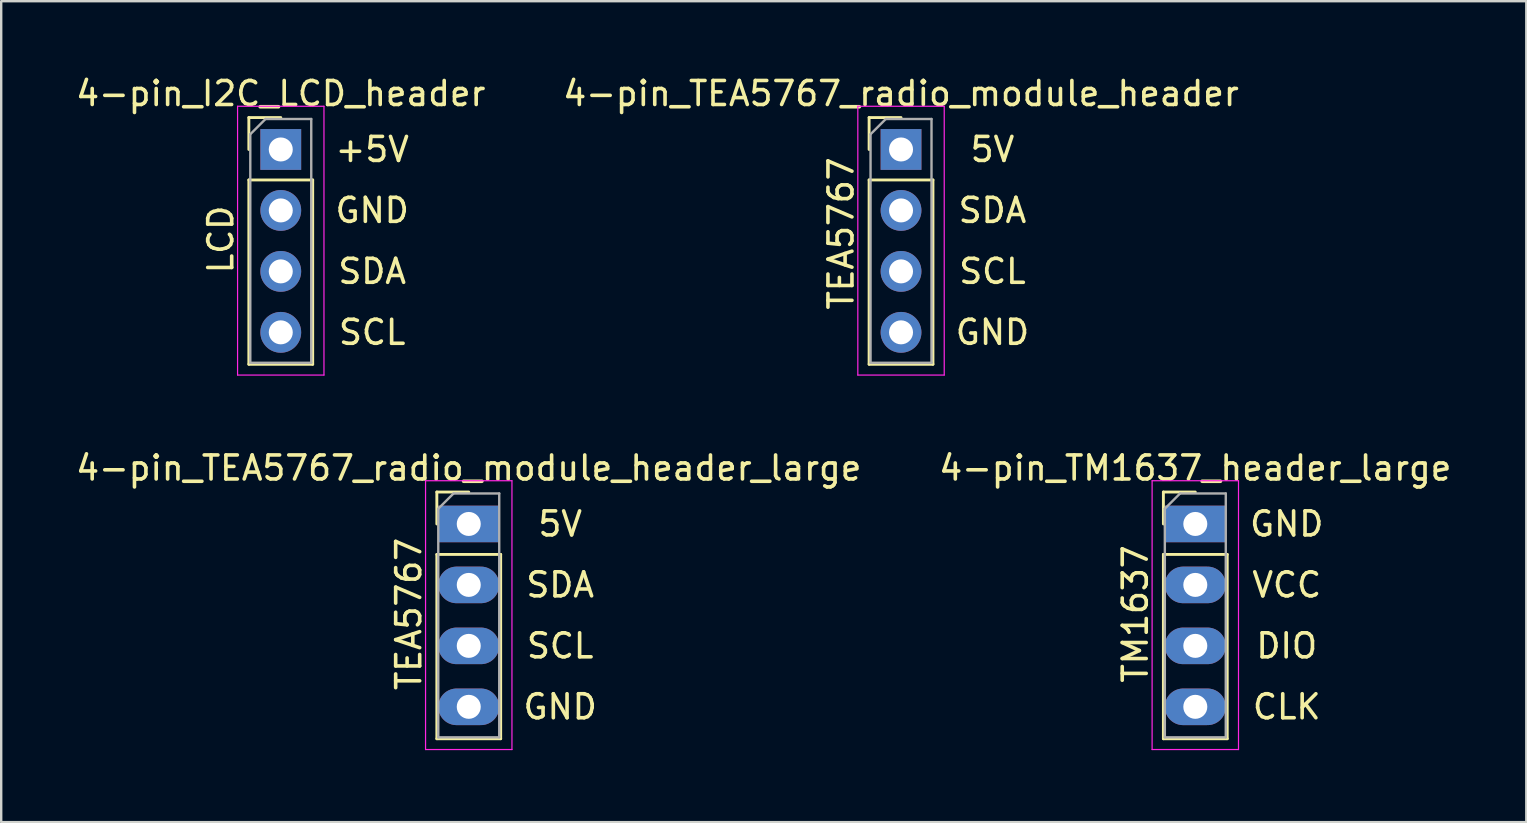
<source format=kicad_pcb>
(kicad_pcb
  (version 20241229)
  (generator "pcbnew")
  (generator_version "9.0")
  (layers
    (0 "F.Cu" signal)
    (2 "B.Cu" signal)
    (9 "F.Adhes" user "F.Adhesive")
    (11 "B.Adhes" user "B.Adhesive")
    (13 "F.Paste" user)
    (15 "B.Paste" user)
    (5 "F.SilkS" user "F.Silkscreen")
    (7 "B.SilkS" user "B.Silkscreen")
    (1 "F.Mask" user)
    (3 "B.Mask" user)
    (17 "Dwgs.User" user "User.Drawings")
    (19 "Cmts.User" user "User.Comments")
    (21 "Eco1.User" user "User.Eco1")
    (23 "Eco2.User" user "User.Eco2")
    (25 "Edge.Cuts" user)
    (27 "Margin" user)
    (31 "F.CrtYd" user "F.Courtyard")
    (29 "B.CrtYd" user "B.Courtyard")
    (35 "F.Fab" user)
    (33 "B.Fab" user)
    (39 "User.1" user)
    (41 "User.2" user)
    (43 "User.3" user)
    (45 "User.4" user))
  (footprint "4-pin_TM1637_header_large"
    (layer "F.Cu")
    (at 46.756 18.782)
    (property "Reference" "4-pin_TM1637_header_large" (at 0 -2.33 0) (layer "F.SilkS") (effects (font (size 1 1) (thickness 0.15))))
    (attr through_hole)
    (fp_line (start -1.33 -1.33) (end 0 -1.33) (stroke (width 0.12) (type solid)) (layer "F.SilkS"))
    (fp_line (start -1.33 0) (end -1.33 -1.33) (stroke (width 0.12) (type solid)) (layer "F.SilkS"))
    (fp_line (start -1.33 1.27) (end -1.33 8.95) (stroke (width 0.12) (type solid)) (layer "F.SilkS"))
    (fp_line (start -1.33 1.27) (end 1.33 1.27) (stroke (width 0.12) (type solid)) (layer "F.SilkS"))
    (fp_line (start -1.33 8.95) (end 1.33 8.95) (stroke (width 0.12) (type solid)) (layer "F.SilkS"))
    (fp_line (start 1.33 1.27) (end 1.33 8.95) (stroke (width 0.12) (type solid)) (layer "F.SilkS"))
    (fp_line (start -1.8 -1.8) (end -1.8 9.4) (stroke (width 0.05) (type solid)) (layer "F.CrtYd"))
    (fp_line (start -1.8 9.4) (end 1.8 9.4) (stroke (width 0.05) (type solid)) (layer "F.CrtYd"))
    (fp_line (start 1.8 -1.8) (end -1.8 -1.8) (stroke (width 0.05) (type solid)) (layer "F.CrtYd"))
    (fp_line (start 1.8 9.4) (end 1.8 -1.8) (stroke (width 0.05) (type solid)) (layer "F.CrtYd"))
    (fp_line (start -1.27 -0.635) (end -0.635 -1.27) (stroke (width 0.1) (type solid)) (layer "F.Fab"))
    (fp_line (start -1.27 8.89) (end -1.27 -0.635) (stroke (width 0.1) (type solid)) (layer "F.Fab"))
    (fp_line (start -0.635 -1.27) (end 1.27 -1.27) (stroke (width 0.1) (type solid)) (layer "F.Fab"))
    (fp_line (start 1.27 -1.27) (end 1.27 8.89) (stroke (width 0.1) (type solid)) (layer "F.Fab"))
    (fp_line (start 1.27 8.89) (end -1.27 8.89) (stroke (width 0.1) (type solid)) (layer "F.Fab"))
    (fp_text user "CLK" (at 3.81 7.62 0) (layer "F.SilkS") (effects (font (size 1 1) (thickness 0.15))))
    (fp_text user "DIO" (at 3.81 5.08 0) (layer "F.SilkS") (effects (font (size 1 1) (thickness 0.15))))
    (fp_text user "GND" (at 3.81 0 0) (layer "F.SilkS") (effects (font (size 1 1) (thickness 0.15))))
    (fp_text user "VCC" (at 3.81 2.54 0) (layer "F.SilkS") (effects (font (size 1 1) (thickness 0.15))))
    (fp_text user "TM1637" (at -2.5 3.75 90) (layer "F.SilkS") (effects (font (size 1 1) (thickness 0.15))))
    (pad "1" thru_hole rect (at 0 0) (size 2.54 1.524) (drill 1) (layers "*.Cu" "*.Mask"))
    (pad "2" thru_hole oval (at 0 2.54) (size 2.54 1.524) (drill 1) (layers "*.Cu" "*.Mask"))
    (pad "3" thru_hole oval (at 0 5.08) (size 2.54 1.524) (drill 1) (layers "*.Cu" "*.Mask"))
    (pad "4" thru_hole oval (at 0 7.62) (size 2.54 1.524) (drill 1) (layers "*.Cu" "*.Mask")))
  (footprint "4-pin_I2C_LCD_header"
    (layer "F.Cu")
    (at 8.649 3.178)
    (property "Reference" "4-pin_I2C_LCD_header" (at 0 -2.33 0) (layer "F.SilkS") (effects (font (size 1 1) (thickness 0.15))))
    (attr through_hole)
    (fp_line (start -1.33 -1.33) (end 0 -1.33) (stroke (width 0.12) (type solid)) (layer "F.SilkS"))
    (fp_line (start -1.33 0) (end -1.33 -1.33) (stroke (width 0.12) (type solid)) (layer "F.SilkS"))
    (fp_line (start -1.33 1.27) (end -1.33 8.95) (stroke (width 0.12) (type solid)) (layer "F.SilkS"))
    (fp_line (start -1.33 1.27) (end 1.33 1.27) (stroke (width 0.12) (type solid)) (layer "F.SilkS"))
    (fp_line (start -1.33 8.95) (end 1.33 8.95) (stroke (width 0.12) (type solid)) (layer "F.SilkS"))
    (fp_line (start 1.33 1.27) (end 1.33 8.95) (stroke (width 0.12) (type solid)) (layer "F.SilkS"))
    (fp_line (start -1.8 -1.8) (end -1.8 9.4) (stroke (width 0.05) (type solid)) (layer "F.CrtYd"))
    (fp_line (start -1.8 9.4) (end 1.8 9.4) (stroke (width 0.05) (type solid)) (layer "F.CrtYd"))
    (fp_line (start 1.8 -1.8) (end -1.8 -1.8) (stroke (width 0.05) (type solid)) (layer "F.CrtYd"))
    (fp_line (start 1.8 9.4) (end 1.8 -1.8) (stroke (width 0.05) (type solid)) (layer "F.CrtYd"))
    (fp_line (start -1.27 -0.635) (end -0.635 -1.27) (stroke (width 0.1) (type solid)) (layer "F.Fab"))
    (fp_line (start -1.27 8.89) (end -1.27 -0.635) (stroke (width 0.1) (type solid)) (layer "F.Fab"))
    (fp_line (start -0.635 -1.27) (end 1.27 -1.27) (stroke (width 0.1) (type solid)) (layer "F.Fab"))
    (fp_line (start 1.27 -1.27) (end 1.27 8.89) (stroke (width 0.1) (type solid)) (layer "F.Fab"))
    (fp_line (start 1.27 8.89) (end -1.27 8.89) (stroke (width 0.1) (type solid)) (layer "F.Fab"))
    (fp_text user "SCL" (at 3.81 7.62 0) (layer "F.SilkS") (effects (font (size 1 1) (thickness 0.15))))
    (fp_text user "GND" (at 3.81 2.54 0) (layer "F.SilkS") (effects (font (size 1 1) (thickness 0.15))))
    (fp_text user "+5V" (at 3.81 0 0) (layer "F.SilkS") (effects (font (size 1 1) (thickness 0.15))))
    (fp_text user "SDA" (at 3.81 5.08 0) (layer "F.SilkS") (effects (font (size 1 1) (thickness 0.15))))
    (fp_text user "LCD" (at -2.5 3.75 90) (layer "F.SilkS") (effects (font (size 1 1) (thickness 0.15))))
    (pad "1" thru_hole rect (at 0 0) (size 1.7 1.7) (drill 1) (layers "*.Cu" "*.Mask"))
    (pad "3" thru_hole oval (at 0 2.54) (size 1.7 1.7) (drill 1) (layers "*.Cu" "*.Mask"))
    (pad "5" thru_hole oval (at 0 5.08) (size 1.7 1.7) (drill 1) (layers "*.Cu" "*.Mask"))
    (pad "7" thru_hole oval (at 0 7.62) (size 1.7 1.7) (drill 1) (layers "*.Cu" "*.Mask")))
  (footprint "4-pin_TEA5767_radio_module_header"
    (layer "F.Cu")
    (at 34.494 3.178)
    (property "Reference" "4-pin_TEA5767_radio_module_header" (at 0 -2.33 0) (layer "F.SilkS") (effects (font (size 1 1) (thickness 0.15))))
    (attr through_hole)
    (fp_line (start -1.33 -1.33) (end 0 -1.33) (stroke (width 0.12) (type solid)) (layer "F.SilkS"))
    (fp_line (start -1.33 0) (end -1.33 -1.33) (stroke (width 0.12) (type solid)) (layer "F.SilkS"))
    (fp_line (start -1.33 1.27) (end -1.33 8.95) (stroke (width 0.12) (type solid)) (layer "F.SilkS"))
    (fp_line (start -1.33 1.27) (end 1.33 1.27) (stroke (width 0.12) (type solid)) (layer "F.SilkS"))
    (fp_line (start -1.33 8.95) (end 1.33 8.95) (stroke (width 0.12) (type solid)) (layer "F.SilkS"))
    (fp_line (start 1.33 1.27) (end 1.33 8.95) (stroke (width 0.12) (type solid)) (layer "F.SilkS"))
    (fp_line (start -1.8 -1.8) (end -1.8 9.4) (stroke (width 0.05) (type solid)) (layer "F.CrtYd"))
    (fp_line (start -1.8 9.4) (end 1.8 9.4) (stroke (width 0.05) (type solid)) (layer "F.CrtYd"))
    (fp_line (start 1.8 -1.8) (end -1.8 -1.8) (stroke (width 0.05) (type solid)) (layer "F.CrtYd"))
    (fp_line (start 1.8 9.4) (end 1.8 -1.8) (stroke (width 0.05) (type solid)) (layer "F.CrtYd"))
    (fp_line (start -1.27 -0.635) (end -0.635 -1.27) (stroke (width 0.1) (type solid)) (layer "F.Fab"))
    (fp_line (start -1.27 8.89) (end -1.27 -0.635) (stroke (width 0.1) (type solid)) (layer "F.Fab"))
    (fp_line (start -0.635 -1.27) (end 1.27 -1.27) (stroke (width 0.1) (type solid)) (layer "F.Fab"))
    (fp_line (start 1.27 -1.27) (end 1.27 8.89) (stroke (width 0.1) (type solid)) (layer "F.Fab"))
    (fp_line (start 1.27 8.89) (end -1.27 8.89) (stroke (width 0.1) (type solid)) (layer "F.Fab"))
    (fp_text user "TEA5767" (at -2.5 3.5 90) (layer "F.SilkS") (effects (font (size 1 1) (thickness 0.15))))
    (fp_text user "SDA" (at 3.81 2.54 0) (layer "F.SilkS") (effects (font (size 1 1) (thickness 0.15))))
    (fp_text user "GND" (at 3.81 7.62 0) (layer "F.SilkS") (effects (font (size 1 1) (thickness 0.15))))
    (fp_text user "5V" (at 3.81 0 0) (layer "F.SilkS") (effects (font (size 1 1) (thickness 0.15))))
    (fp_text user "SCL" (at 3.81 5.08 0) (layer "F.SilkS") (effects (font (size 1 1) (thickness 0.15))))
    (pad "1" thru_hole rect (at 0 0) (size 1.7 1.7) (drill 1) (layers "*.Cu" "*.Mask"))
    (pad "2" thru_hole oval (at 0 2.54) (size 1.7 1.7) (drill 1) (layers "*.Cu" "*.Mask"))
    (pad "3" thru_hole oval (at 0 5.08) (size 1.7 1.7) (drill 1) (layers "*.Cu" "*.Mask"))
    (pad "4" thru_hole oval (at 0 7.62) (size 1.7 1.7) (drill 1) (layers "*.Cu" "*.Mask")))
  (footprint "4-pin_TEA5767_radio_module_header_large"
    (layer "F.Cu")
    (at 16.482 18.782)
    (property "Reference" "4-pin_TEA5767_radio_module_header_large" (at 0 -2.33 0) (layer "F.SilkS") (effects (font (size 1 1) (thickness 0.15))))
    (attr through_hole)
    (fp_line (start -1.33 -1.33) (end 0 -1.33) (stroke (width 0.12) (type solid)) (layer "F.SilkS"))
    (fp_line (start -1.33 0) (end -1.33 -1.33) (stroke (width 0.12) (type solid)) (layer "F.SilkS"))
    (fp_line (start -1.33 1.27) (end -1.33 8.95) (stroke (width 0.12) (type solid)) (layer "F.SilkS"))
    (fp_line (start -1.33 1.27) (end 1.33 1.27) (stroke (width 0.12) (type solid)) (layer "F.SilkS"))
    (fp_line (start -1.33 8.95) (end 1.33 8.95) (stroke (width 0.12) (type solid)) (layer "F.SilkS"))
    (fp_line (start 1.33 1.27) (end 1.33 8.95) (stroke (width 0.12) (type solid)) (layer "F.SilkS"))
    (fp_line (start -1.8 -1.8) (end -1.8 9.4) (stroke (width 0.05) (type solid)) (layer "F.CrtYd"))
    (fp_line (start -1.8 9.4) (end 1.8 9.4) (stroke (width 0.05) (type solid)) (layer "F.CrtYd"))
    (fp_line (start 1.8 -1.8) (end -1.8 -1.8) (stroke (width 0.05) (type solid)) (layer "F.CrtYd"))
    (fp_line (start 1.8 9.4) (end 1.8 -1.8) (stroke (width 0.05) (type solid)) (layer "F.CrtYd"))
    (fp_line (start -1.27 -0.635) (end -0.635 -1.27) (stroke (width 0.1) (type solid)) (layer "F.Fab"))
    (fp_line (start -1.27 8.89) (end -1.27 -0.635) (stroke (width 0.1) (type solid)) (layer "F.Fab"))
    (fp_line (start -0.635 -1.27) (end 1.27 -1.27) (stroke (width 0.1) (type solid)) (layer "F.Fab"))
    (fp_line (start 1.27 -1.27) (end 1.27 8.89) (stroke (width 0.1) (type solid)) (layer "F.Fab"))
    (fp_line (start 1.27 8.89) (end -1.27 8.89) (stroke (width 0.1) (type solid)) (layer "F.Fab"))
    (fp_text user "SCL" (at 3.81 5.08 0) (layer "F.SilkS") (effects (font (size 1 1) (thickness 0.15))))
    (fp_text user "5V" (at 3.81 0 0) (layer "F.SilkS") (effects (font (size 1 1) (thickness 0.15))))
    (fp_text user "TEA5767" (at -2.5 3.75 90) (layer "F.SilkS") (effects (font (size 1 1) (thickness 0.15))))
    (fp_text user "GND" (at 3.81 7.62 0) (layer "F.SilkS") (effects (font (size 1 1) (thickness 0.15))))
    (fp_text user "SDA" (at 3.81 2.54 0) (layer "F.SilkS") (effects (font (size 1 1) (thickness 0.15))))
    (pad "1" thru_hole rect (at 0 0) (size 2.54 1.524) (drill 1) (layers "*.Cu" "*.Mask"))
    (pad "2" thru_hole oval (at 0 2.54) (size 2.54 1.524) (drill 1) (layers "*.Cu" "*.Mask"))
    (pad "3" thru_hole oval (at 0 5.08) (size 2.54 1.524) (drill 1) (layers "*.Cu" "*.Mask"))
    (pad "4" thru_hole oval (at 0 7.62) (size 2.54 1.524) (drill 1) (layers "*.Cu" "*.Mask")))
  (gr_rect
    (start -3 -3)
    (end 60.548 31.206)
    (stroke (width 0.1) (type default))
    (fill no)
    (layer "Edge.Cuts")))
</source>
